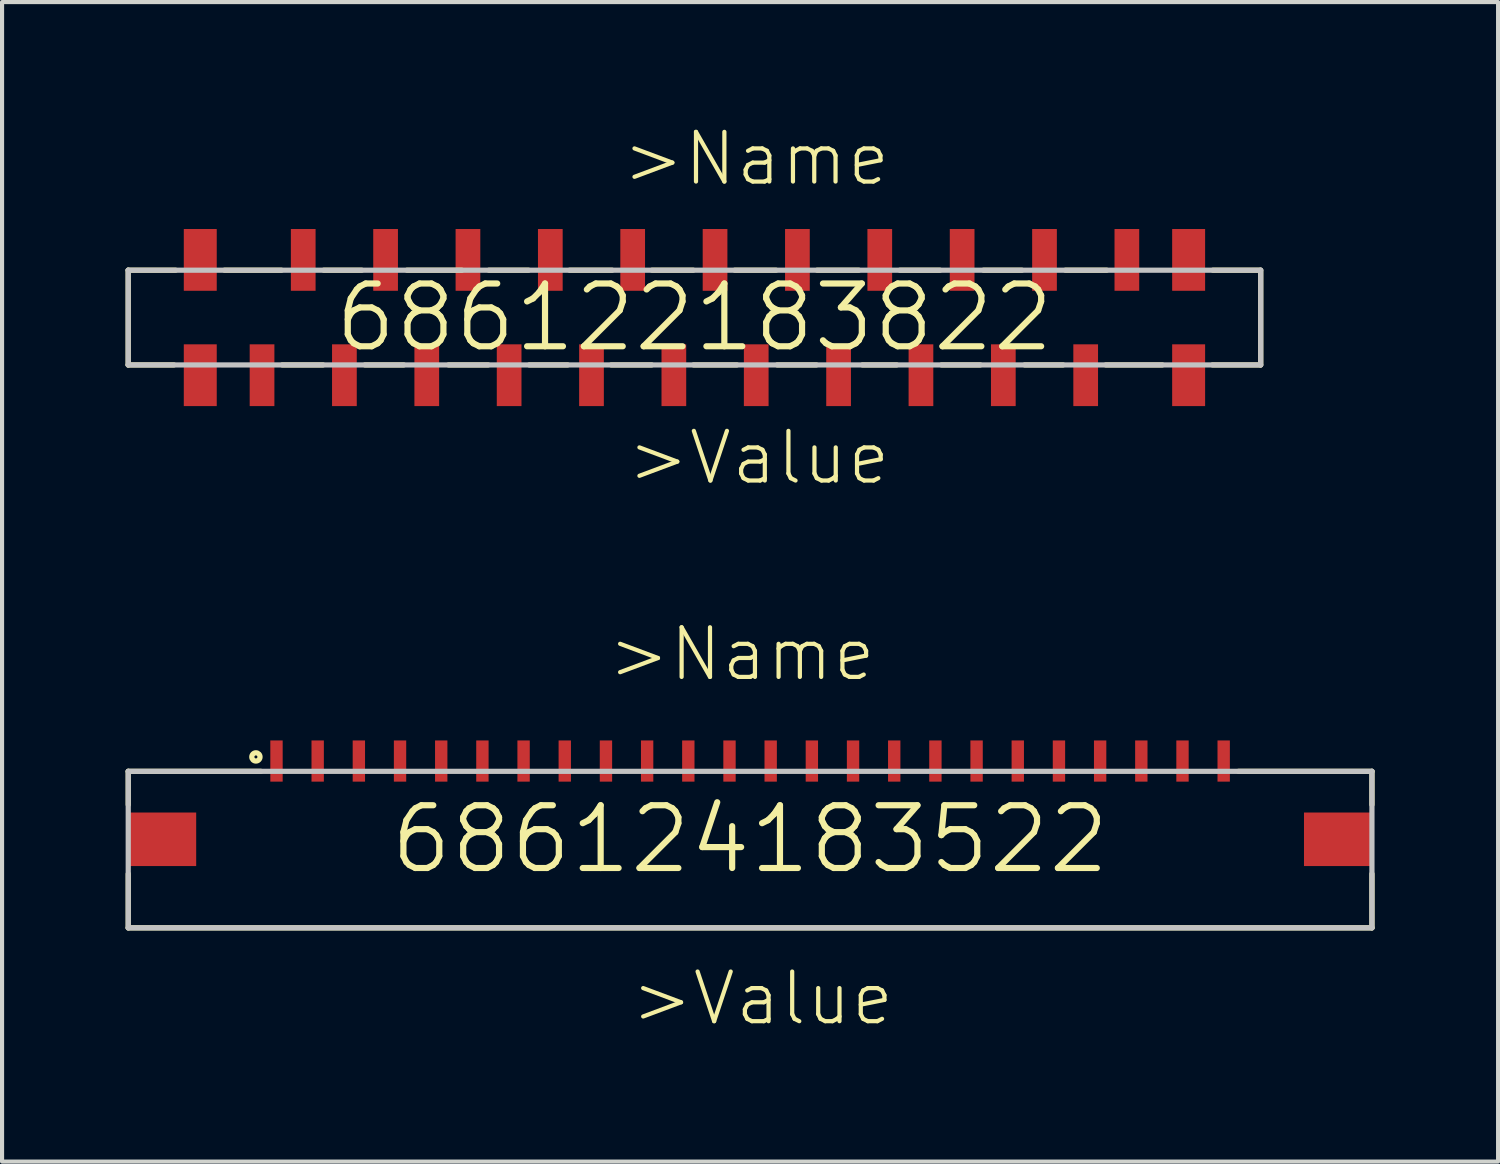
<source format=kicad_pcb>
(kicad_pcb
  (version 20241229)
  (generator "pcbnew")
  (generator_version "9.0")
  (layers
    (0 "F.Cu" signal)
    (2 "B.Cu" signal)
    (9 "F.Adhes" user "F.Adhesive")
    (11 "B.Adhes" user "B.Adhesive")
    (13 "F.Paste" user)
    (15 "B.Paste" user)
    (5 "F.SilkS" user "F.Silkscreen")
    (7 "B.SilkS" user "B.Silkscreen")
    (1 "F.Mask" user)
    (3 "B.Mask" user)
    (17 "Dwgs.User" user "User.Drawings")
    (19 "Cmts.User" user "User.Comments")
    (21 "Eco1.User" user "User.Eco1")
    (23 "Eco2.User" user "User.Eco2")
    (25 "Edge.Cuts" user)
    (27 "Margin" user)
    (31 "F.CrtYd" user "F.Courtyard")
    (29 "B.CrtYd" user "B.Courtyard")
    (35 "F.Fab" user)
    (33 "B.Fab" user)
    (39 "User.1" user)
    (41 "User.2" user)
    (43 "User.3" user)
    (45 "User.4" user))
  (footprint "686122183822"
    (layer "F.Cu")
    (at 13.813 4.661)
    (property "Reference" "686122183822" (at 0 0 0) (layer "F.SilkS") (effects (font (size 1.524 1.524) (thickness 0.15))))
    (attr through_hole)
    (fp_line (start -13.75 -1.15) (end -13.75 1.15) (stroke (width 0.127) (type solid)) (layer "F.SilkS"))
    (fp_line (start -13.75 1.15) (end -12.64 1.15) (stroke (width 0.127) (type solid)) (layer "F.SilkS"))
    (fp_line (start -12.6 -1.15) (end -13.75 -1.15) (stroke (width 0.127) (type solid)) (layer "F.SilkS"))
    (fp_line (start -11.41 -1.15) (end -10.03 -1.15) (stroke (width 0.127) (type solid)) (layer "F.SilkS"))
    (fp_line (start -10.01 1.15) (end -9.02 1.15) (stroke (width 0.127) (type solid)) (layer "F.SilkS"))
    (fp_line (start -9 -1.15) (end -8.08 -1.15) (stroke (width 0.127) (type solid)) (layer "F.SilkS"))
    (fp_line (start -8 1.15) (end -7.06 1.15) (stroke (width 0.127) (type solid)) (layer "F.SilkS"))
    (fp_line (start -6.98 -1.15) (end -5.65 -1.15) (stroke (width 0.127) (type solid)) (layer "F.SilkS"))
    (fp_line (start -5.97 1.15) (end -5.01 1.15) (stroke (width 0.127) (type solid)) (layer "F.SilkS"))
    (fp_line (start -4.99 -1.15) (end -4.03 -1.15) (stroke (width 0.127) (type solid)) (layer "F.SilkS"))
    (fp_line (start -4.01 1.15) (end -3.08 1.15) (stroke (width 0.127) (type solid)) (layer "F.SilkS"))
    (fp_line (start -3.03 -1.15) (end -2 -1.15) (stroke (width 0.127) (type solid)) (layer "F.SilkS"))
    (fp_line (start -2.02 1.15) (end -1.04 1.15) (stroke (width 0.127) (type solid)) (layer "F.SilkS"))
    (fp_line (start -1.03 -1.15) (end -0.03 -1.15) (stroke (width 0.127) (type solid)) (layer "F.SilkS"))
    (fp_line (start -0.02 1.15) (end 1.03 1.15) (stroke (width 0.127) (type solid)) (layer "F.SilkS"))
    (fp_line (start 0.98 -1.15) (end 1.98 -1.15) (stroke (width 0.127) (type solid)) (layer "F.SilkS"))
    (fp_line (start 2.01 1.15) (end 2.96 1.15) (stroke (width 0.127) (type solid)) (layer "F.SilkS"))
    (fp_line (start 2.98 -1.15) (end 3.99 -1.15) (stroke (width 0.127) (type solid)) (layer "F.SilkS"))
    (fp_line (start 4.08 1.15) (end 4.91 1.15) (stroke (width 0.127) (type solid)) (layer "F.SilkS"))
    (fp_line (start 4.99 -1.15) (end 5.96 -1.15) (stroke (width 0.127) (type solid)) (layer "F.SilkS"))
    (fp_line (start 6 1.15) (end 6.94 1.15) (stroke (width 0.127) (type solid)) (layer "F.SilkS"))
    (fp_line (start 7.02 -1.15) (end 7.95 -1.15) (stroke (width 0.127) (type solid)) (layer "F.SilkS"))
    (fp_line (start 8.02 1.15) (end 8.95 1.15) (stroke (width 0.127) (type solid)) (layer "F.SilkS"))
    (fp_line (start 9.01 -1.15) (end 10.01 -1.15) (stroke (width 0.127) (type solid)) (layer "F.SilkS"))
    (fp_line (start 9.99 1.15) (end 11.36 1.15) (stroke (width 0.127) (type solid)) (layer "F.SilkS"))
    (fp_line (start 12.58 1.15) (end 13.74 1.15) (stroke (width 0.127) (type solid)) (layer "F.SilkS"))
    (fp_line (start 12.59 -1.15) (end 13.73 -1.15) (stroke (width 0.127) (type solid)) (layer "F.SilkS"))
    (fp_line (start 13.75 -1.15) (end 13.75 1.15) (stroke (width 0.127) (type solid)) (layer "F.SilkS"))
    (fp_line (start -13.75 -1.15) (end 13.75 -1.15) (stroke (width 0.127) (type solid)) (layer "Dwgs.User"))
    (fp_line (start -13.75 1.15) (end -13.75 -1.15) (stroke (width 0.127) (type solid)) (layer "Dwgs.User"))
    (fp_line (start 13.75 -1.15) (end 13.75 1.15) (stroke (width 0.127) (type solid)) (layer "Dwgs.User"))
    (fp_line (start 13.75 1.15) (end -13.75 1.15) (stroke (width 0.127) (type solid)) (layer "Dwgs.User"))
    (fp_text user ">Name" (at -1.81 -3.15 0) (layer "F.SilkS") (effects (font (size 1.206 1.206) (thickness 0.102)) (justify left bottom)))
    (fp_text user ">Value" (at -1.69 4.11 0) (layer "F.SilkS") (effects (font (size 1.206 1.206) (thickness 0.102)) (justify left bottom)))
    (pad "1" smd rect (at -10.5 1.4 90) (size 1.5 0.6) (layers "F.Cu" "F.Mask" "F.Paste"))
    (pad "2" smd rect (at -9.5 -1.4 90) (size 1.5 0.6) (layers "F.Cu" "F.Mask" "F.Paste"))
    (pad "3" smd rect (at -8.5 1.4 90) (size 1.5 0.6) (layers "F.Cu" "F.Mask" "F.Paste"))
    (pad "4" smd rect (at -7.5 -1.4 90) (size 1.5 0.6) (layers "F.Cu" "F.Mask" "F.Paste"))
    (pad "5" smd rect (at -6.5 1.4 90) (size 1.5 0.6) (layers "F.Cu" "F.Mask" "F.Paste"))
    (pad "6" smd rect (at -5.5 -1.4 90) (size 1.5 0.6) (layers "F.Cu" "F.Mask" "F.Paste"))
    (pad "7" smd rect (at -4.5 1.4 90) (size 1.5 0.6) (layers "F.Cu" "F.Mask" "F.Paste"))
    (pad "8" smd rect (at -3.5 -1.4 90) (size 1.5 0.6) (layers "F.Cu" "F.Mask" "F.Paste"))
    (pad "9" smd rect (at -2.5 1.4 90) (size 1.5 0.6) (layers "F.Cu" "F.Mask" "F.Paste"))
    (pad "10" smd rect (at -1.5 -1.4 90) (size 1.5 0.6) (layers "F.Cu" "F.Mask" "F.Paste"))
    (pad "11" smd rect (at -0.5 1.4 90) (size 1.5 0.6) (layers "F.Cu" "F.Mask" "F.Paste"))
    (pad "12" smd rect (at 0.5 -1.4 90) (size 1.5 0.6) (layers "F.Cu" "F.Mask" "F.Paste"))
    (pad "13" smd rect (at 1.5 1.4 90) (size 1.5 0.6) (layers "F.Cu" "F.Mask" "F.Paste"))
    (pad "14" smd rect (at 2.5 -1.4 90) (size 1.5 0.6) (layers "F.Cu" "F.Mask" "F.Paste"))
    (pad "15" smd rect (at 3.5 1.4 90) (size 1.5 0.6) (layers "F.Cu" "F.Mask" "F.Paste"))
    (pad "16" smd rect (at 4.5 -1.4 90) (size 1.5 0.6) (layers "F.Cu" "F.Mask" "F.Paste"))
    (pad "17" smd rect (at 5.5 1.4 90) (size 1.5 0.6) (layers "F.Cu" "F.Mask" "F.Paste"))
    (pad "18" smd rect (at 6.5 -1.4 90) (size 1.5 0.6) (layers "F.Cu" "F.Mask" "F.Paste"))
    (pad "19" smd rect (at 7.5 1.4 90) (size 1.5 0.6) (layers "F.Cu" "F.Mask" "F.Paste"))
    (pad "20" smd rect (at 8.5 -1.4 90) (size 1.5 0.6) (layers "F.Cu" "F.Mask" "F.Paste"))
    (pad "21" smd rect (at 9.5 1.4 90) (size 1.5 0.6) (layers "F.Cu" "F.Mask" "F.Paste"))
    (pad "22" smd rect (at 10.5 -1.4 90) (size 1.5 0.6) (layers "F.Cu" "F.Mask" "F.Paste"))
    (pad "Z1" smd rect (at -12 1.4 90) (size 1.5 0.8) (layers "F.Cu" "F.Mask" "F.Paste"))
    (pad "Z2" smd rect (at 12 1.4 90) (size 1.5 0.8) (layers "F.Cu" "F.Mask" "F.Paste"))
    (pad "Z3" smd rect (at 12 -1.4 90) (size 1.5 0.8) (layers "F.Cu" "F.Mask" "F.Paste"))
    (pad "Z4" smd rect (at -12 -1.4 90) (size 1.5 0.8) (layers "F.Cu" "F.Mask" "F.Paste")))
  (footprint "686124183522"
    (layer "F.Cu")
    (at 15.164 17.33)
    (property "Reference" "686124183522" (at 0 0 0) (layer "F.SilkS") (effects (font (size 1.524 1.524) (thickness 0.15))))
    (attr through_hole)
    (fp_line (start -15.1 -1.65) (end -15.1 -0.84) (stroke (width 0.127) (type solid)) (layer "F.SilkS"))
    (fp_line (start -15.1 0.84) (end -15.1 2.15) (stroke (width 0.127) (type solid)) (layer "F.SilkS"))
    (fp_line (start -15.1 2.15) (end 15.1 2.15) (stroke (width 0.127) (type solid)) (layer "F.SilkS"))
    (fp_line (start -11.88 -1.65) (end -15.1 -1.65) (stroke (width 0.127) (type solid)) (layer "F.SilkS"))
    (fp_line (start 11.86 -1.65) (end 15.1 -1.65) (stroke (width 0.127) (type solid)) (layer "F.SilkS"))
    (fp_line (start 15.1 -1.65) (end 15.1 -0.84) (stroke (width 0.127) (type solid)) (layer "F.SilkS"))
    (fp_line (start 15.1 2.15) (end 15.1 0.84) (stroke (width 0.127) (type solid)) (layer "F.SilkS"))
    (fp_circle (center -12 -2) (end -11.9 -2) (stroke (width 0.127) (type solid)) (fill no) (layer "F.SilkS"))
    (fp_line (start -15.1 -1.65) (end 15.1 -1.65) (stroke (width 0.127) (type solid)) (layer "Dwgs.User"))
    (fp_line (start -15.1 2.15) (end -15.1 -1.65) (stroke (width 0.127) (type solid)) (layer "Dwgs.User"))
    (fp_line (start 15.1 -1.65) (end 15.1 2.15) (stroke (width 0.127) (type solid)) (layer "Dwgs.User"))
    (fp_line (start 15.1 2.15) (end -15.1 2.15) (stroke (width 0.127) (type solid)) (layer "Dwgs.User"))
    (fp_text user ">Name" (at -3.51 -3.79 0) (layer "F.SilkS") (effects (font (size 1.206 1.206) (thickness 0.102)) (justify left bottom)))
    (fp_text user ">Value" (at -2.95 4.57 0) (layer "F.SilkS") (effects (font (size 1.206 1.206) (thickness 0.102)) (justify left bottom)))
    (pad "1" smd rect (at -11.5 -1.9 90) (size 1 0.3) (layers "F.Cu" "F.Mask" "F.Paste"))
    (pad "2" smd rect (at -10.5 -1.9 90) (size 1 0.3) (layers "F.Cu" "F.Mask" "F.Paste"))
    (pad "3" smd rect (at -9.5 -1.9 90) (size 1 0.3) (layers "F.Cu" "F.Mask" "F.Paste"))
    (pad "4" smd rect (at -8.5 -1.9 90) (size 1 0.3) (layers "F.Cu" "F.Mask" "F.Paste"))
    (pad "5" smd rect (at -7.5 -1.9 90) (size 1 0.3) (layers "F.Cu" "F.Mask" "F.Paste"))
    (pad "6" smd rect (at -6.5 -1.9 90) (size 1 0.3) (layers "F.Cu" "F.Mask" "F.Paste"))
    (pad "7" smd rect (at -5.5 -1.9 90) (size 1 0.3) (layers "F.Cu" "F.Mask" "F.Paste"))
    (pad "8" smd rect (at -4.5 -1.9 90) (size 1 0.3) (layers "F.Cu" "F.Mask" "F.Paste"))
    (pad "9" smd rect (at -3.5 -1.9 90) (size 1 0.3) (layers "F.Cu" "F.Mask" "F.Paste"))
    (pad "10" smd rect (at -2.5 -1.9 90) (size 1 0.3) (layers "F.Cu" "F.Mask" "F.Paste"))
    (pad "11" smd rect (at -1.5 -1.9 90) (size 1 0.3) (layers "F.Cu" "F.Mask" "F.Paste"))
    (pad "12" smd rect (at -0.5 -1.9 90) (size 1 0.3) (layers "F.Cu" "F.Mask" "F.Paste"))
    (pad "13" smd rect (at 0.5 -1.9 90) (size 1 0.3) (layers "F.Cu" "F.Mask" "F.Paste"))
    (pad "14" smd rect (at 1.5 -1.9 90) (size 1 0.3) (layers "F.Cu" "F.Mask" "F.Paste"))
    (pad "15" smd rect (at 2.5 -1.9 90) (size 1 0.3) (layers "F.Cu" "F.Mask" "F.Paste"))
    (pad "16" smd rect (at 3.5 -1.9 90) (size 1 0.3) (layers "F.Cu" "F.Mask" "F.Paste"))
    (pad "17" smd rect (at 4.5 -1.9 90) (size 1 0.3) (layers "F.Cu" "F.Mask" "F.Paste"))
    (pad "18" smd rect (at 5.5 -1.9 90) (size 1 0.3) (layers "F.Cu" "F.Mask" "F.Paste"))
    (pad "19" smd rect (at 6.5 -1.9 90) (size 1 0.3) (layers "F.Cu" "F.Mask" "F.Paste"))
    (pad "20" smd rect (at 7.5 -1.9 90) (size 1 0.3) (layers "F.Cu" "F.Mask" "F.Paste"))
    (pad "21" smd rect (at 8.5 -1.9 90) (size 1 0.3) (layers "F.Cu" "F.Mask" "F.Paste"))
    (pad "22" smd rect (at 9.5 -1.9 90) (size 1 0.3) (layers "F.Cu" "F.Mask" "F.Paste"))
    (pad "23" smd rect (at 10.5 -1.9 90) (size 1 0.3) (layers "F.Cu" "F.Mask" "F.Paste"))
    (pad "24" smd rect (at 11.5 -1.9 90) (size 1 0.3) (layers "F.Cu" "F.Mask" "F.Paste"))
    (pad "Z1" smd rect (at -14.275 0) (size 1.65 1.3) (layers "F.Cu" "F.Mask" "F.Paste"))
    (pad "Z2" smd rect (at 14.275 0) (size 1.65 1.3) (layers "F.Cu" "F.Mask" "F.Paste")))
  (gr_rect
    (start -3 -3)
    (end 33.327 25.156)
    (stroke (width 0.1) (type default))
    (fill no)
    (layer "Edge.Cuts")))
</source>
